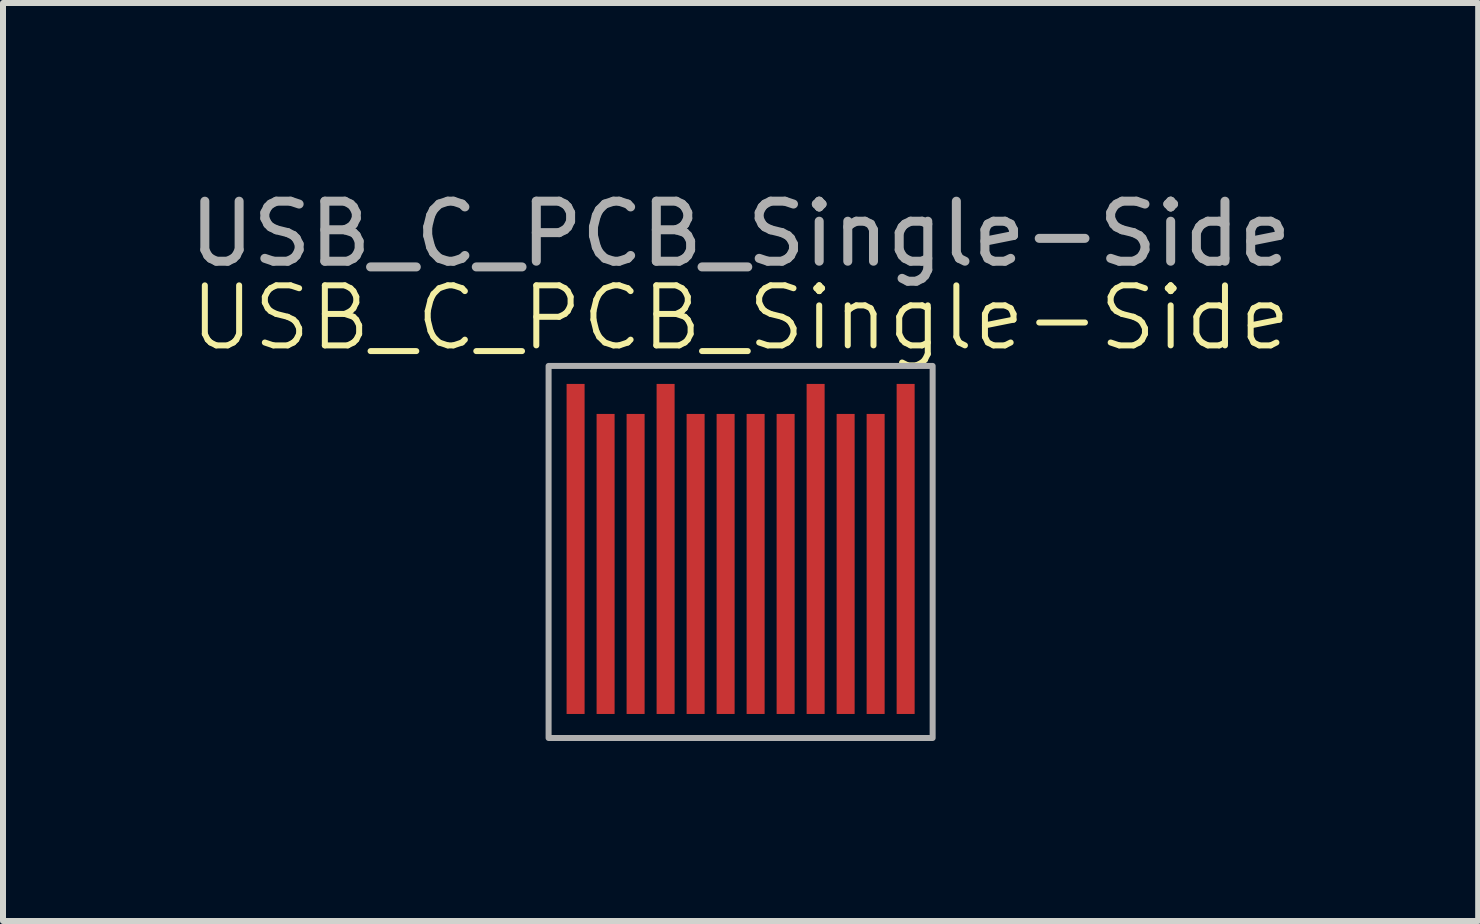
<source format=kicad_pcb>
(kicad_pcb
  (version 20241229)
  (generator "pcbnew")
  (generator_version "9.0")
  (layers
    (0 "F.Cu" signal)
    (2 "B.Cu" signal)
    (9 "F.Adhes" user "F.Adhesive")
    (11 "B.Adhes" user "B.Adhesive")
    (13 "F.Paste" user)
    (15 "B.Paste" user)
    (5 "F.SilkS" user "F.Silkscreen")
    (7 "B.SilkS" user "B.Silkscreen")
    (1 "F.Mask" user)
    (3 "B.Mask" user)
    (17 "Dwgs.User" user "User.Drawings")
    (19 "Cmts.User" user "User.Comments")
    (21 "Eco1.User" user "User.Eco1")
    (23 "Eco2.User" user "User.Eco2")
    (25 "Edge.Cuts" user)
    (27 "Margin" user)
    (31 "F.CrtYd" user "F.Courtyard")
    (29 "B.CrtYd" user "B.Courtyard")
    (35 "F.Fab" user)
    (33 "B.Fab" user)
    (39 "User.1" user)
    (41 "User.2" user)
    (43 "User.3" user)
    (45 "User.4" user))
  (footprint "USB_C_PCB_Single-Side"
    (layer "F.Cu")
    (at 9.292 3.048)
    (property "Reference" "USB_C_PCB_Single-Side" (at 0 -0.8 0) (unlocked yes) (layer "F.SilkS") (effects (font (size 1 1) (thickness 0.1))))
    (attr smd)
    (fp_rect (start -3.2 0) (end 3.2 5.8) (stroke (width 0) (type solid)) (fill yes) (layer "B.Mask"))
    (fp_poly (pts (xy -3.2 0) (xy 3.2 0) (xy 3.2 6.2) (xy -3.2 6.2)) (stroke (width 0.1) (type solid)) (fill no) (layer "F.Fab"))
    (fp_text user "${REFERENCE}" (at 0 -2.2 0) (unlocked yes) (layer "F.Fab") (effects (font (size 1 1) (thickness 0.15))))
    (pad "A1" smd rect (at 2.75 3.05) (size 0.3 5.5) (layers "F.Cu" "F.Mask"))
    (pad "A2" smd rect (at 2.25 3.3) (size 0.3 5) (layers "F.Cu" "F.Mask"))
    (pad "A3" smd rect (at 1.75 3.3) (size 0.3 5) (layers "F.Cu" "F.Mask"))
    (pad "A4" smd rect (at 1.25 3.05) (size 0.3 5.5) (layers "F.Cu" "F.Mask"))
    (pad "A5" smd rect (at 0.75 3.3) (size 0.3 5) (layers "F.Cu" "F.Mask"))
    (pad "A6" smd rect (at 0.25 3.3) (size 0.3 5) (layers "F.Cu" "F.Mask"))
    (pad "A7" smd rect (at -0.25 3.3) (size 0.3 5) (layers "F.Cu" "F.Mask"))
    (pad "A8" smd rect (at -0.75 3.3) (size 0.3 5) (layers "F.Cu" "F.Mask"))
    (pad "A9" smd rect (at -1.25 3.05) (size 0.3 5.5) (layers "F.Cu" "F.Mask"))
    (pad "A10" smd rect (at -1.75 3.3) (size 0.3 5) (layers "F.Cu" "F.Mask"))
    (pad "A11" smd rect (at -2.25 3.3) (size 0.3 5) (layers "F.Cu" "F.Mask"))
    (pad "A12" smd rect (at -2.75 3.05) (size 0.3 5.5) (layers "F.Cu" "F.Mask"))
    (zone (net_name "") (layers "F.Mask" "B.Cu" "B.Mask" "F.SilkS" "B.SilkS" "F.Adhes" "B.Adhes" "F.Paste" "B.Paste") (hatch edge 0.5) (connect_pads) (min_thickness 0.25) (filled_areas_thickness no) (keepout (tracks not_allowed) (vias not_allowed) (pads allowed) (copperpour not_allowed) (footprints allowed)) (placement (enabled no)) (fill) (polygon (pts (xy 6.092 3.048) (xy 12.492 3.048) (xy 12.492 8.848) (xy 6.092 8.848)))))
  (gr_rect
    (start -3 -3)
    (end 21.583 12.298)
    (stroke (width 0.1) (type default))
    (fill no)
    (layer "Edge.Cuts")))
</source>
